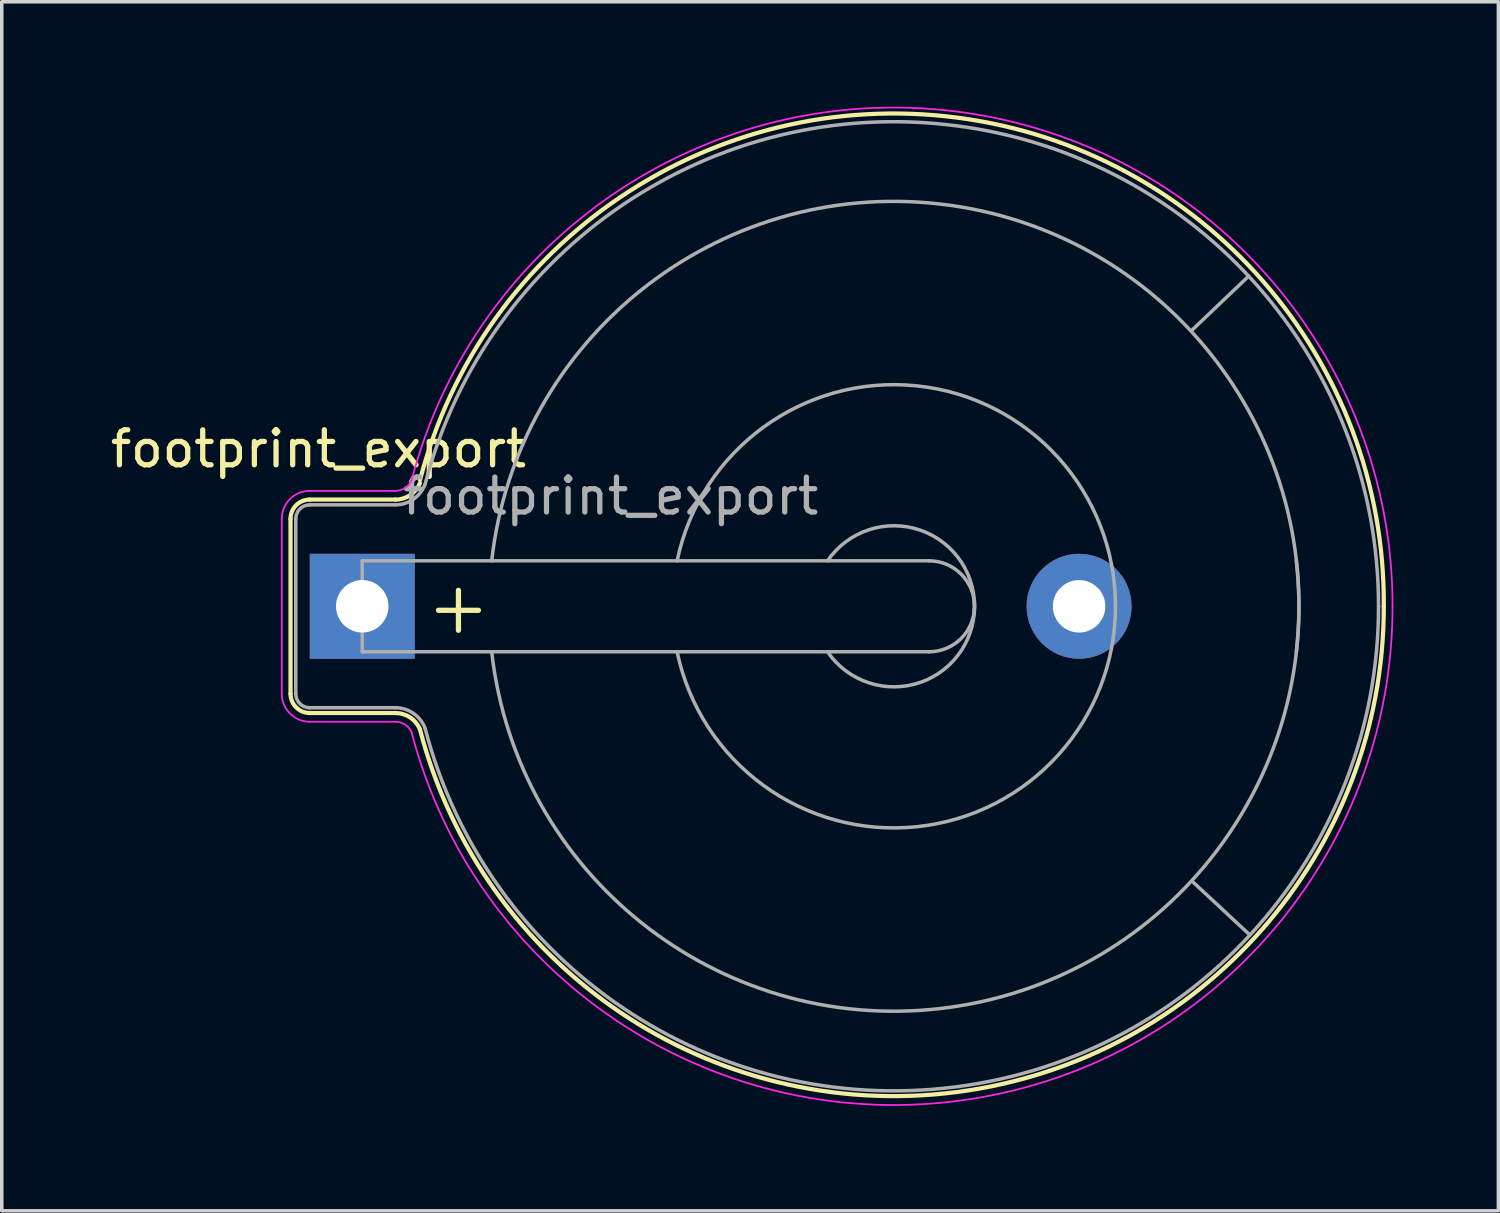
<source format=kicad_pcb>
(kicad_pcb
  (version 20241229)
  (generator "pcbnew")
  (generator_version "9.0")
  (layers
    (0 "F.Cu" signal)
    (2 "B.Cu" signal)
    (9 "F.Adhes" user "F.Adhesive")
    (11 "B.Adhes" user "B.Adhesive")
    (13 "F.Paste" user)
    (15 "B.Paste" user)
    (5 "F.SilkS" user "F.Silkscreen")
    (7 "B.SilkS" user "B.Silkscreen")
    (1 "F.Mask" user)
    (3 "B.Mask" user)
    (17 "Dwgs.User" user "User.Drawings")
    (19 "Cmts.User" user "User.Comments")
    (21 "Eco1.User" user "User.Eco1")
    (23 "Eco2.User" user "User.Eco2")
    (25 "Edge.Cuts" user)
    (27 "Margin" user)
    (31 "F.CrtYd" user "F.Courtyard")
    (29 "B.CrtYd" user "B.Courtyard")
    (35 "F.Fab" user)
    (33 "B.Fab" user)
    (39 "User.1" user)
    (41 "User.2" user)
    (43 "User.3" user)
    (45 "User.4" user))
  (footprint "footprint_export"
    (layer "F.Cu")
    (at 7.304 14.28)
    (property "Reference" "footprint_export" (at -1.25 -4.5 0) (layer "F.SilkS") (effects (font (size 1 1) (thickness 0.15))))
    (attr through_hole)
    (fp_line (start -2.05 -2.5) (end -2.05 2.5) (stroke (width 0.12) (type solid)) (layer "F.SilkS"))
    (fp_line (start -1.5 3.05) (end 0.95 3.05) (stroke (width 0.12) (type solid)) (layer "F.SilkS"))
    (fp_line (start 0.95 -3.05) (end -1.5 -3.05) (stroke (width 0.12) (type solid)) (layer "F.SilkS"))
    (fp_arc (start -2.05 -2.5) (mid -1.888909 -2.888909) (end -1.5 -3.05) (stroke (width 0.12) (type solid)) (layer "F.SilkS"))
    (fp_arc (start -1.5 3.05) (mid -1.888909 2.888909) (end -2.05 2.5) (stroke (width 0.12) (type solid)) (layer "F.SilkS"))
    (fp_arc (start 0.95 3.05) (mid 1.371574 3.1784) (end 1.65 3.52) (stroke (width 0.12) (type solid)) (layer "F.SilkS"))
    (fp_arc (start 1.65 -3.604769) (mid 17.016593 -13.966381) (end 29.2 0) (stroke (width 0.12) (type solid)) (layer "F.SilkS"))
    (fp_arc (start 1.65 -3.52) (mid 1.371575 -3.1784) (end 0.95 -3.05) (stroke (width 0.12) (type solid)) (layer "F.SilkS"))
    (fp_arc (start 29.2 0) (mid 16.974433 13.886952) (end 1.65 3.52) (stroke (width 0.12) (type solid)) (layer "F.SilkS"))
    (fp_line (start -2.3 -2.5) (end -2.3 2.5) (stroke (width 0.05) (type solid)) (layer "F.CrtYd"))
    (fp_line (start -1.5 3.3) (end 0.95 3.3) (stroke (width 0.05) (type solid)) (layer "F.CrtYd"))
    (fp_line (start 0.95 -3.3) (end -1.5 -3.3) (stroke (width 0.05) (type solid)) (layer "F.CrtYd"))
    (fp_arc (start -2.3 -2.5) (mid -2.065685 -3.065685) (end -1.5 -3.3) (stroke (width 0.05) (type solid)) (layer "F.CrtYd"))
    (fp_arc (start -1.5 3.3) (mid -2.065685 3.065685) (end -2.3 2.5) (stroke (width 0.05) (type solid)) (layer "F.CrtYd"))
    (fp_arc (start 0.95 3.3) (mid 1.22459 3.381628) (end 1.41 3.6) (stroke (width 0.05) (type solid)) (layer "F.CrtYd"))
    (fp_arc (start 1.41 -3.6) (mid 1.224591 -3.381627) (end 0.95 -3.3) (stroke (width 0.05) (type solid)) (layer "F.CrtYd"))
    (fp_arc (start 1.41 -3.6) (mid 17.014123 -14.138563) (end 29.45 0) (stroke (width 0.05) (type solid)) (layer "F.CrtYd"))
    (fp_arc (start 29.45 0) (mid 17.014124 14.138563) (end 1.41 3.6) (stroke (width 0.05) (type solid)) (layer "F.CrtYd"))
    (fp_line (start -1.9 -2.5) (end -1.9 2.5) (stroke (width 0.1) (type solid)) (layer "F.Fab"))
    (fp_line (start -1.5 2.9) (end 0.95 2.9) (stroke (width 0.1) (type solid)) (layer "F.Fab"))
    (fp_line (start 0 -1.3) (end 0 1.3) (stroke (width 0.1) (type solid)) (layer "F.Fab"))
    (fp_line (start 0 1.3) (end 16.2 1.3) (stroke (width 0.1) (type solid)) (layer "F.Fab"))
    (fp_line (start 0.95 -2.9) (end -1.5 -2.9) (stroke (width 0.1) (type solid)) (layer "F.Fab"))
    (fp_line (start 16.2 -1.3) (end 0 -1.3) (stroke (width 0.1) (type solid)) (layer "F.Fab"))
    (fp_line (start 23.711 -7.887) (end 25.339 -9.439) (stroke (width 0.1) (type solid)) (layer "F.Fab"))
    (fp_line (start 23.724 7.861) (end 25.367 9.391) (stroke (width 0.1) (type solid)) (layer "F.Fab"))
    (fp_arc (start -1.9 -2.5) (mid -1.782843 -2.782843) (end -1.5 -2.9) (stroke (width 0.1) (type solid)) (layer "F.Fab"))
    (fp_arc (start -1.5 2.9) (mid -1.782843 2.782843) (end -1.9 2.5) (stroke (width 0.1) (type solid)) (layer "F.Fab"))
    (fp_arc (start 0.95 2.9) (mid 1.470216 3.06511) (end 1.8 3.5) (stroke (width 0.1) (type solid)) (layer "F.Fab"))
    (fp_arc (start 1.8 -3.5) (mid 1.470217 -3.06511) (end 0.95 -2.9) (stroke (width 0.1) (type solid)) (layer "F.Fab"))
    (fp_arc (start 1.8 -3.5) (mid 16.964356 -13.736686) (end 29.049508 0) (stroke (width 0.1) (type solid)) (layer "F.Fab"))
    (fp_arc (start 3.7 -1.3) (mid 16.5 -11.5) (end 26.7 1.3) (stroke (width 0.1) (type solid)) (layer "F.Fab"))
    (fp_arc (start 9 -1.3) (mid 15.851289 -6.300938) (end 21.53 0) (stroke (width 0.1) (type solid)) (layer "F.Fab"))
    (fp_arc (start 13.3 -1.3) (mid 15.963947 -2.171724) (end 17.495448 0.175833) (stroke (width 0.1) (type solid)) (layer "F.Fab"))
    (fp_arc (start 16.2 -1.3) (mid 17.5 0) (end 16.2 1.3) (stroke (width 0.1) (type solid)) (layer "F.Fab"))
    (fp_arc (start 17.495448 -0.175833) (mid 15.963947 2.171724) (end 13.3 1.3) (stroke (width 0.1) (type solid)) (layer "F.Fab"))
    (fp_arc (start 21.53 0) (mid 15.851292 6.300937) (end 9 1.3) (stroke (width 0.1) (type solid)) (layer "F.Fab"))
    (fp_arc (start 26.7 -1.3) (mid 16.5 11.5) (end 3.7 1.3) (stroke (width 0.1) (type solid)) (layer "F.Fab"))
    (fp_arc (start 29.049508 0) (mid 16.964356 13.736685) (end 1.8 3.5) (stroke (width 0.1) (type solid)) (layer "F.Fab"))
    (fp_text user "+" (at 2.75 0 0) (layer "F.SilkS") (effects (font (size 1.5 1.5) (thickness 0.15))))
    (fp_text user "${REFERENCE}" (at 7.1 -3.15 0) (layer "F.Fab") (effects (font (size 1 1) (thickness 0.15))))
    (pad "1" thru_hole rect (at 0 0) (size 3 3) (drill 1.5) (layers "*.Cu" "*.Mask"))
    (pad "2" thru_hole circle (at 20.49 0) (size 3 3) (drill 1.5) (layers "*.Cu" "*.Mask")))
  (gr_rect
    (start -3 -3)
    (end 39.779 31.559)
    (stroke (width 0.1) (type default))
    (fill no)
    (layer "Edge.Cuts")))
</source>
